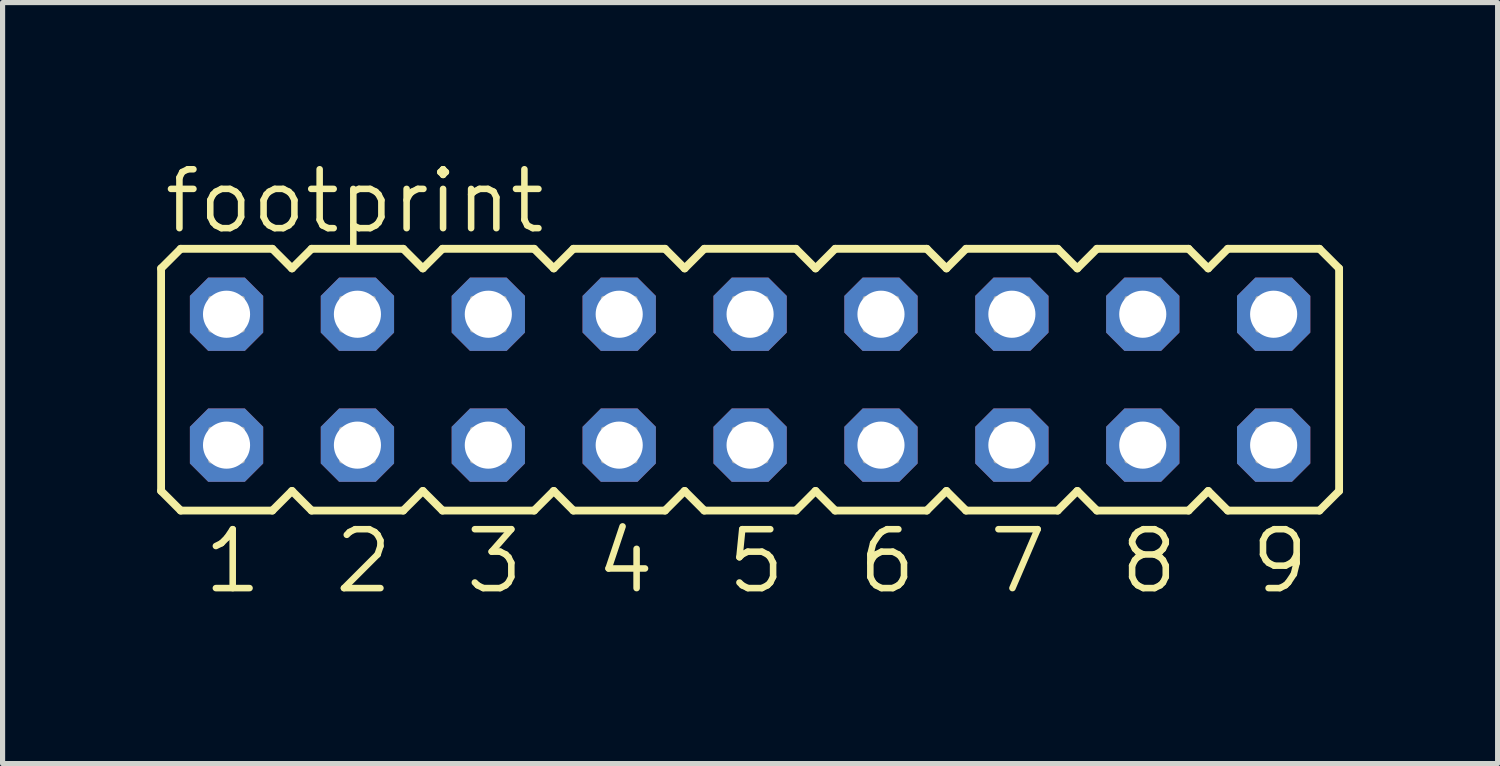
<source format=kicad_pcb>
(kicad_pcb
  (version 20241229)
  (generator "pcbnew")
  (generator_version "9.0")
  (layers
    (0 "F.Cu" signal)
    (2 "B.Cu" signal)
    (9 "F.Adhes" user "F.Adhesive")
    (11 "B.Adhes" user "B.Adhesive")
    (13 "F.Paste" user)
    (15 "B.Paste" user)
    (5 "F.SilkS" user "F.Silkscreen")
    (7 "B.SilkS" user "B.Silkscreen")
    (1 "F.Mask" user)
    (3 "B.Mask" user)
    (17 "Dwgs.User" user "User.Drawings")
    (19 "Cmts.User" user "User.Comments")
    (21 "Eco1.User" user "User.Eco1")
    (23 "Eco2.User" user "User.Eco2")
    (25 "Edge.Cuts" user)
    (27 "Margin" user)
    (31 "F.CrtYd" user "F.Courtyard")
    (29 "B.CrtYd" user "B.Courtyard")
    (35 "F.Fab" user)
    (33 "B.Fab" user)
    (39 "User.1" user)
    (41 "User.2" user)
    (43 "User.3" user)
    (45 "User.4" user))
  (footprint "footprint"
    (layer "F.Cu")
    (at 11.506 4.318)
    (property "Reference" "footprint" (at -11.43 -2.794 0) (layer "F.SilkS") (effects (font (size 1.143 1.143) (thickness 0.127)) (justify left bottom)))
    (fp_line (start -11.43 -2.159) (end -11.049 -2.54) (stroke (width 0.152) (type solid)) (layer "F.SilkS"))
    (fp_line (start -11.43 2.159) (end -11.43 -2.159) (stroke (width 0.152) (type solid)) (layer "F.SilkS"))
    (fp_line (start -11.43 2.159) (end -11.049 2.54) (stroke (width 0.152) (type solid)) (layer "F.SilkS"))
    (fp_line (start -11.049 -2.54) (end -9.271 -2.54) (stroke (width 0.152) (type solid)) (layer "F.SilkS"))
    (fp_line (start -11.049 2.54) (end -9.271 2.54) (stroke (width 0.152) (type solid)) (layer "F.SilkS"))
    (fp_line (start -9.271 -2.54) (end -8.89 -2.159) (stroke (width 0.152) (type solid)) (layer "F.SilkS"))
    (fp_line (start -8.89 -2.159) (end -8.509 -2.54) (stroke (width 0.152) (type solid)) (layer "F.SilkS"))
    (fp_line (start -8.89 2.159) (end -9.271 2.54) (stroke (width 0.152) (type solid)) (layer "F.SilkS"))
    (fp_line (start -8.89 2.159) (end -8.509 2.54) (stroke (width 0.152) (type solid)) (layer "F.SilkS"))
    (fp_line (start -8.509 -2.54) (end -6.731 -2.54) (stroke (width 0.152) (type solid)) (layer "F.SilkS"))
    (fp_line (start -6.731 2.54) (end -8.509 2.54) (stroke (width 0.152) (type solid)) (layer "F.SilkS"))
    (fp_line (start -6.35 -2.159) (end -6.731 -2.54) (stroke (width 0.152) (type solid)) (layer "F.SilkS"))
    (fp_line (start -6.35 -2.159) (end -5.969 -2.54) (stroke (width 0.152) (type solid)) (layer "F.SilkS"))
    (fp_line (start -6.35 2.159) (end -6.731 2.54) (stroke (width 0.152) (type solid)) (layer "F.SilkS"))
    (fp_line (start -6.35 2.159) (end -5.969 2.54) (stroke (width 0.152) (type solid)) (layer "F.SilkS"))
    (fp_line (start -5.969 -2.54) (end -4.191 -2.54) (stroke (width 0.152) (type solid)) (layer "F.SilkS"))
    (fp_line (start -4.191 2.54) (end -5.969 2.54) (stroke (width 0.152) (type solid)) (layer "F.SilkS"))
    (fp_line (start -4.191 2.54) (end -3.81 2.159) (stroke (width 0.152) (type solid)) (layer "F.SilkS"))
    (fp_line (start -3.81 -2.159) (end -4.191 -2.54) (stroke (width 0.152) (type solid)) (layer "F.SilkS"))
    (fp_line (start -3.81 -2.159) (end -3.429 -2.54) (stroke (width 0.152) (type solid)) (layer "F.SilkS"))
    (fp_line (start -3.81 2.159) (end -3.429 2.54) (stroke (width 0.152) (type solid)) (layer "F.SilkS"))
    (fp_line (start -3.429 -2.54) (end -1.651 -2.54) (stroke (width 0.152) (type solid)) (layer "F.SilkS"))
    (fp_line (start -1.651 2.54) (end -3.429 2.54) (stroke (width 0.152) (type solid)) (layer "F.SilkS"))
    (fp_line (start -1.651 2.54) (end -1.27 2.159) (stroke (width 0.152) (type solid)) (layer "F.SilkS"))
    (fp_line (start -1.27 -2.159) (end -1.651 -2.54) (stroke (width 0.152) (type solid)) (layer "F.SilkS"))
    (fp_line (start -1.27 -2.159) (end -0.889 -2.54) (stroke (width 0.152) (type solid)) (layer "F.SilkS"))
    (fp_line (start -1.27 2.159) (end -0.889 2.54) (stroke (width 0.152) (type solid)) (layer "F.SilkS"))
    (fp_line (start -0.889 -2.54) (end 0.889 -2.54) (stroke (width 0.152) (type solid)) (layer "F.SilkS"))
    (fp_line (start 0.889 2.54) (end -0.889 2.54) (stroke (width 0.152) (type solid)) (layer "F.SilkS"))
    (fp_line (start 0.889 2.54) (end 1.27 2.159) (stroke (width 0.152) (type solid)) (layer "F.SilkS"))
    (fp_line (start 1.27 -2.159) (end 0.889 -2.54) (stroke (width 0.152) (type solid)) (layer "F.SilkS"))
    (fp_line (start 1.27 -2.159) (end 1.651 -2.54) (stroke (width 0.152) (type solid)) (layer "F.SilkS"))
    (fp_line (start 1.27 2.159) (end 1.651 2.54) (stroke (width 0.152) (type solid)) (layer "F.SilkS"))
    (fp_line (start 1.651 -2.54) (end 3.429 -2.54) (stroke (width 0.152) (type solid)) (layer "F.SilkS"))
    (fp_line (start 3.429 2.54) (end 1.651 2.54) (stroke (width 0.152) (type solid)) (layer "F.SilkS"))
    (fp_line (start 3.429 2.54) (end 3.81 2.159) (stroke (width 0.152) (type solid)) (layer "F.SilkS"))
    (fp_line (start 3.81 -2.159) (end 3.429 -2.54) (stroke (width 0.152) (type solid)) (layer "F.SilkS"))
    (fp_line (start 3.81 -2.159) (end 4.191 -2.54) (stroke (width 0.152) (type solid)) (layer "F.SilkS"))
    (fp_line (start 3.81 2.159) (end 4.191 2.54) (stroke (width 0.152) (type solid)) (layer "F.SilkS"))
    (fp_line (start 4.191 -2.54) (end 5.969 -2.54) (stroke (width 0.152) (type solid)) (layer "F.SilkS"))
    (fp_line (start 5.969 2.54) (end 4.191 2.54) (stroke (width 0.152) (type solid)) (layer "F.SilkS"))
    (fp_line (start 5.969 2.54) (end 6.35 2.159) (stroke (width 0.152) (type solid)) (layer "F.SilkS"))
    (fp_line (start 6.35 -2.159) (end 5.969 -2.54) (stroke (width 0.152) (type solid)) (layer "F.SilkS"))
    (fp_line (start 6.35 -2.159) (end 6.731 -2.54) (stroke (width 0.152) (type solid)) (layer "F.SilkS"))
    (fp_line (start 6.35 2.159) (end 6.731 2.54) (stroke (width 0.152) (type solid)) (layer "F.SilkS"))
    (fp_line (start 6.731 -2.54) (end 8.509 -2.54) (stroke (width 0.152) (type solid)) (layer "F.SilkS"))
    (fp_line (start 8.509 2.54) (end 6.731 2.54) (stroke (width 0.152) (type solid)) (layer "F.SilkS"))
    (fp_line (start 8.509 2.54) (end 8.89 2.159) (stroke (width 0.152) (type solid)) (layer "F.SilkS"))
    (fp_line (start 8.89 -2.159) (end 8.509 -2.54) (stroke (width 0.152) (type solid)) (layer "F.SilkS"))
    (fp_line (start 8.89 -2.159) (end 9.271 -2.54) (stroke (width 0.152) (type solid)) (layer "F.SilkS"))
    (fp_line (start 8.89 2.159) (end 9.271 2.54) (stroke (width 0.152) (type solid)) (layer "F.SilkS"))
    (fp_line (start 9.271 -2.54) (end 11.049 -2.54) (stroke (width 0.152) (type solid)) (layer "F.SilkS"))
    (fp_line (start 11.049 2.54) (end 9.271 2.54) (stroke (width 0.152) (type solid)) (layer "F.SilkS"))
    (fp_line (start 11.049 2.54) (end 11.43 2.159) (stroke (width 0.152) (type solid)) (layer "F.SilkS"))
    (fp_line (start 11.43 -2.159) (end 11.049 -2.54) (stroke (width 0.152) (type solid)) (layer "F.SilkS"))
    (fp_line (start 11.43 -2.159) (end 11.43 2.159) (stroke (width 0.152) (type solid)) (layer "F.SilkS"))
    (fp_poly (pts (xy -10.465 -0.965) (xy -9.855 -0.965) (xy -9.855 -1.575) (xy -10.465 -1.575)) (stroke (width 0.1) (type solid)) (fill no) (layer "F.Fab"))
    (fp_poly (pts (xy -10.465 1.575) (xy -9.855 1.575) (xy -9.855 0.965) (xy -10.465 0.965)) (stroke (width 0.1) (type solid)) (fill no) (layer "F.Fab"))
    (fp_poly (pts (xy -7.925 -0.965) (xy -7.315 -0.965) (xy -7.315 -1.575) (xy -7.925 -1.575)) (stroke (width 0.1) (type solid)) (fill no) (layer "F.Fab"))
    (fp_poly (pts (xy -7.925 1.575) (xy -7.315 1.575) (xy -7.315 0.965) (xy -7.925 0.965)) (stroke (width 0.1) (type solid)) (fill no) (layer "F.Fab"))
    (fp_poly (pts (xy -5.385 -0.965) (xy -4.775 -0.965) (xy -4.775 -1.575) (xy -5.385 -1.575)) (stroke (width 0.1) (type solid)) (fill no) (layer "F.Fab"))
    (fp_poly (pts (xy -5.385 1.575) (xy -4.775 1.575) (xy -4.775 0.965) (xy -5.385 0.965)) (stroke (width 0.1) (type solid)) (fill no) (layer "F.Fab"))
    (fp_poly (pts (xy -2.845 -0.965) (xy -2.235 -0.965) (xy -2.235 -1.575) (xy -2.845 -1.575)) (stroke (width 0.1) (type solid)) (fill no) (layer "F.Fab"))
    (fp_poly (pts (xy -2.845 1.575) (xy -2.235 1.575) (xy -2.235 0.965) (xy -2.845 0.965)) (stroke (width 0.1) (type solid)) (fill no) (layer "F.Fab"))
    (fp_poly (pts (xy -0.305 -0.965) (xy 0.305 -0.965) (xy 0.305 -1.575) (xy -0.305 -1.575)) (stroke (width 0.1) (type solid)) (fill no) (layer "F.Fab"))
    (fp_poly (pts (xy -0.305 1.575) (xy 0.305 1.575) (xy 0.305 0.965) (xy -0.305 0.965)) (stroke (width 0.1) (type solid)) (fill no) (layer "F.Fab"))
    (fp_poly (pts (xy 2.235 -0.965) (xy 2.845 -0.965) (xy 2.845 -1.575) (xy 2.235 -1.575)) (stroke (width 0.1) (type solid)) (fill no) (layer "F.Fab"))
    (fp_poly (pts (xy 2.235 1.575) (xy 2.845 1.575) (xy 2.845 0.965) (xy 2.235 0.965)) (stroke (width 0.1) (type solid)) (fill no) (layer "F.Fab"))
    (fp_poly (pts (xy 4.775 -0.965) (xy 5.385 -0.965) (xy 5.385 -1.575) (xy 4.775 -1.575)) (stroke (width 0.1) (type solid)) (fill no) (layer "F.Fab"))
    (fp_poly (pts (xy 4.775 1.575) (xy 5.385 1.575) (xy 5.385 0.965) (xy 4.775 0.965)) (stroke (width 0.1) (type solid)) (fill no) (layer "F.Fab"))
    (fp_poly (pts (xy 7.315 -0.965) (xy 7.925 -0.965) (xy 7.925 -1.575) (xy 7.315 -1.575)) (stroke (width 0.1) (type solid)) (fill no) (layer "F.Fab"))
    (fp_poly (pts (xy 7.315 1.575) (xy 7.925 1.575) (xy 7.925 0.965) (xy 7.315 0.965)) (stroke (width 0.1) (type solid)) (fill no) (layer "F.Fab"))
    (fp_poly (pts (xy 9.855 -0.965) (xy 10.465 -0.965) (xy 10.465 -1.575) (xy 9.855 -1.575)) (stroke (width 0.1) (type solid)) (fill no) (layer "F.Fab"))
    (fp_poly (pts (xy 9.855 1.575) (xy 10.465 1.575) (xy 10.465 0.965) (xy 9.855 0.965)) (stroke (width 0.1) (type solid)) (fill no) (layer "F.Fab"))
    (fp_text user "3" (at -5.588 4.191 0) (layer "F.SilkS") (effects (font (size 1.143 1.143) (thickness 0.127)) (justify left bottom)))
    (fp_text user "1" (at -10.668 4.191 0) (layer "F.SilkS") (effects (font (size 1.143 1.143) (thickness 0.127)) (justify left bottom)))
    (fp_text user "4" (at -3.048 4.191 0) (layer "F.SilkS") (effects (font (size 1.143 1.143) (thickness 0.127)) (justify left bottom)))
    (fp_text user "9" (at 9.652 4.191 0) (layer "F.SilkS") (effects (font (size 1.143 1.143) (thickness 0.127)) (justify left bottom)))
    (fp_text user "2" (at -8.128 4.191 0) (layer "F.SilkS") (effects (font (size 1.143 1.143) (thickness 0.127)) (justify left bottom)))
    (fp_text user "5" (at -0.508 4.191 0) (layer "F.SilkS") (effects (font (size 1.143 1.143) (thickness 0.127)) (justify left bottom)))
    (fp_text user "8" (at 7.112 4.191 0) (layer "F.SilkS") (effects (font (size 1.143 1.143) (thickness 0.127)) (justify left bottom)))
    (fp_text user "6" (at 2.032 4.191 0) (layer "F.SilkS") (effects (font (size 1.143 1.143) (thickness 0.127)) (justify left bottom)))
    (fp_text user "7" (at 4.572 4.191 0) (layer "F.SilkS") (effects (font (size 1.143 1.143) (thickness 0.127)) (justify left bottom)))
    (pad "1" thru_hole roundrect (at -10.16 1.27) (size 1.422 1.422) (drill 0.914) (layers "*.Cu" "*.Mask") (roundrect_rratio 0.25) (chamfer_ratio 0.25) (chamfer top_left top_right bottom_left bottom_right))
    (pad "2" thru_hole roundrect (at -10.16 -1.27) (size 1.422 1.422) (drill 0.914) (layers "*.Cu" "*.Mask") (roundrect_rratio 0.25) (chamfer_ratio 0.25) (chamfer top_left top_right bottom_left bottom_right))
    (pad "3" thru_hole roundrect (at -7.62 1.27) (size 1.422 1.422) (drill 0.914) (layers "*.Cu" "*.Mask") (roundrect_rratio 0.25) (chamfer_ratio 0.25) (chamfer top_left top_right bottom_left bottom_right))
    (pad "4" thru_hole roundrect (at -7.62 -1.27) (size 1.422 1.422) (drill 0.914) (layers "*.Cu" "*.Mask") (roundrect_rratio 0.25) (chamfer_ratio 0.25) (chamfer top_left top_right bottom_left bottom_right))
    (pad "5" thru_hole roundrect (at -5.08 1.27) (size 1.422 1.422) (drill 0.914) (layers "*.Cu" "*.Mask") (roundrect_rratio 0.25) (chamfer_ratio 0.25) (chamfer top_left top_right bottom_left bottom_right))
    (pad "6" thru_hole roundrect (at -5.08 -1.27) (size 1.422 1.422) (drill 0.914) (layers "*.Cu" "*.Mask") (roundrect_rratio 0.25) (chamfer_ratio 0.25) (chamfer top_left top_right bottom_left bottom_right))
    (pad "7" thru_hole roundrect (at -2.54 1.27) (size 1.422 1.422) (drill 0.914) (layers "*.Cu" "*.Mask") (roundrect_rratio 0.25) (chamfer_ratio 0.25) (chamfer top_left top_right bottom_left bottom_right))
    (pad "8" thru_hole roundrect (at -2.54 -1.27) (size 1.422 1.422) (drill 0.914) (layers "*.Cu" "*.Mask") (roundrect_rratio 0.25) (chamfer_ratio 0.25) (chamfer top_left top_right bottom_left bottom_right))
    (pad "9" thru_hole roundrect (at 0 1.27) (size 1.422 1.422) (drill 0.914) (layers "*.Cu" "*.Mask") (roundrect_rratio 0.25) (chamfer_ratio 0.25) (chamfer top_left top_right bottom_left bottom_right))
    (pad "10" thru_hole roundrect (at 0 -1.27) (size 1.422 1.422) (drill 0.914) (layers "*.Cu" "*.Mask") (roundrect_rratio 0.25) (chamfer_ratio 0.25) (chamfer top_left top_right bottom_left bottom_right))
    (pad "11" thru_hole roundrect (at 2.54 1.27) (size 1.422 1.422) (drill 0.914) (layers "*.Cu" "*.Mask") (roundrect_rratio 0.25) (chamfer_ratio 0.25) (chamfer top_left top_right bottom_left bottom_right))
    (pad "12" thru_hole roundrect (at 2.54 -1.27) (size 1.422 1.422) (drill 0.914) (layers "*.Cu" "*.Mask") (roundrect_rratio 0.25) (chamfer_ratio 0.25) (chamfer top_left top_right bottom_left bottom_right))
    (pad "13" thru_hole roundrect (at 5.08 1.27) (size 1.422 1.422) (drill 0.914) (layers "*.Cu" "*.Mask") (roundrect_rratio 0.25) (chamfer_ratio 0.25) (chamfer top_left top_right bottom_left bottom_right))
    (pad "14" thru_hole roundrect (at 5.08 -1.27) (size 1.422 1.422) (drill 0.914) (layers "*.Cu" "*.Mask") (roundrect_rratio 0.25) (chamfer_ratio 0.25) (chamfer top_left top_right bottom_left bottom_right))
    (pad "15" thru_hole roundrect (at 7.62 1.27) (size 1.422 1.422) (drill 0.914) (layers "*.Cu" "*.Mask") (roundrect_rratio 0.25) (chamfer_ratio 0.25) (chamfer top_left top_right bottom_left bottom_right))
    (pad "16" thru_hole roundrect (at 7.62 -1.27) (size 1.422 1.422) (drill 0.914) (layers "*.Cu" "*.Mask") (roundrect_rratio 0.25) (chamfer_ratio 0.25) (chamfer top_left top_right bottom_left bottom_right))
    (pad "17" thru_hole roundrect (at 10.16 1.27) (size 1.422 1.422) (drill 0.914) (layers "*.Cu" "*.Mask") (roundrect_rratio 0.25) (chamfer_ratio 0.25) (chamfer top_left top_right bottom_left bottom_right))
    (pad "18" thru_hole roundrect (at 10.16 -1.27) (size 1.422 1.422) (drill 0.914) (layers "*.Cu" "*.Mask") (roundrect_rratio 0.25) (chamfer_ratio 0.25) (chamfer top_left top_right bottom_left bottom_right)))
  (gr_rect
    (start -3 -3)
    (end 26.012 11.768)
    (stroke (width 0.1) (type default))
    (fill no)
    (layer "Edge.Cuts")))
</source>
